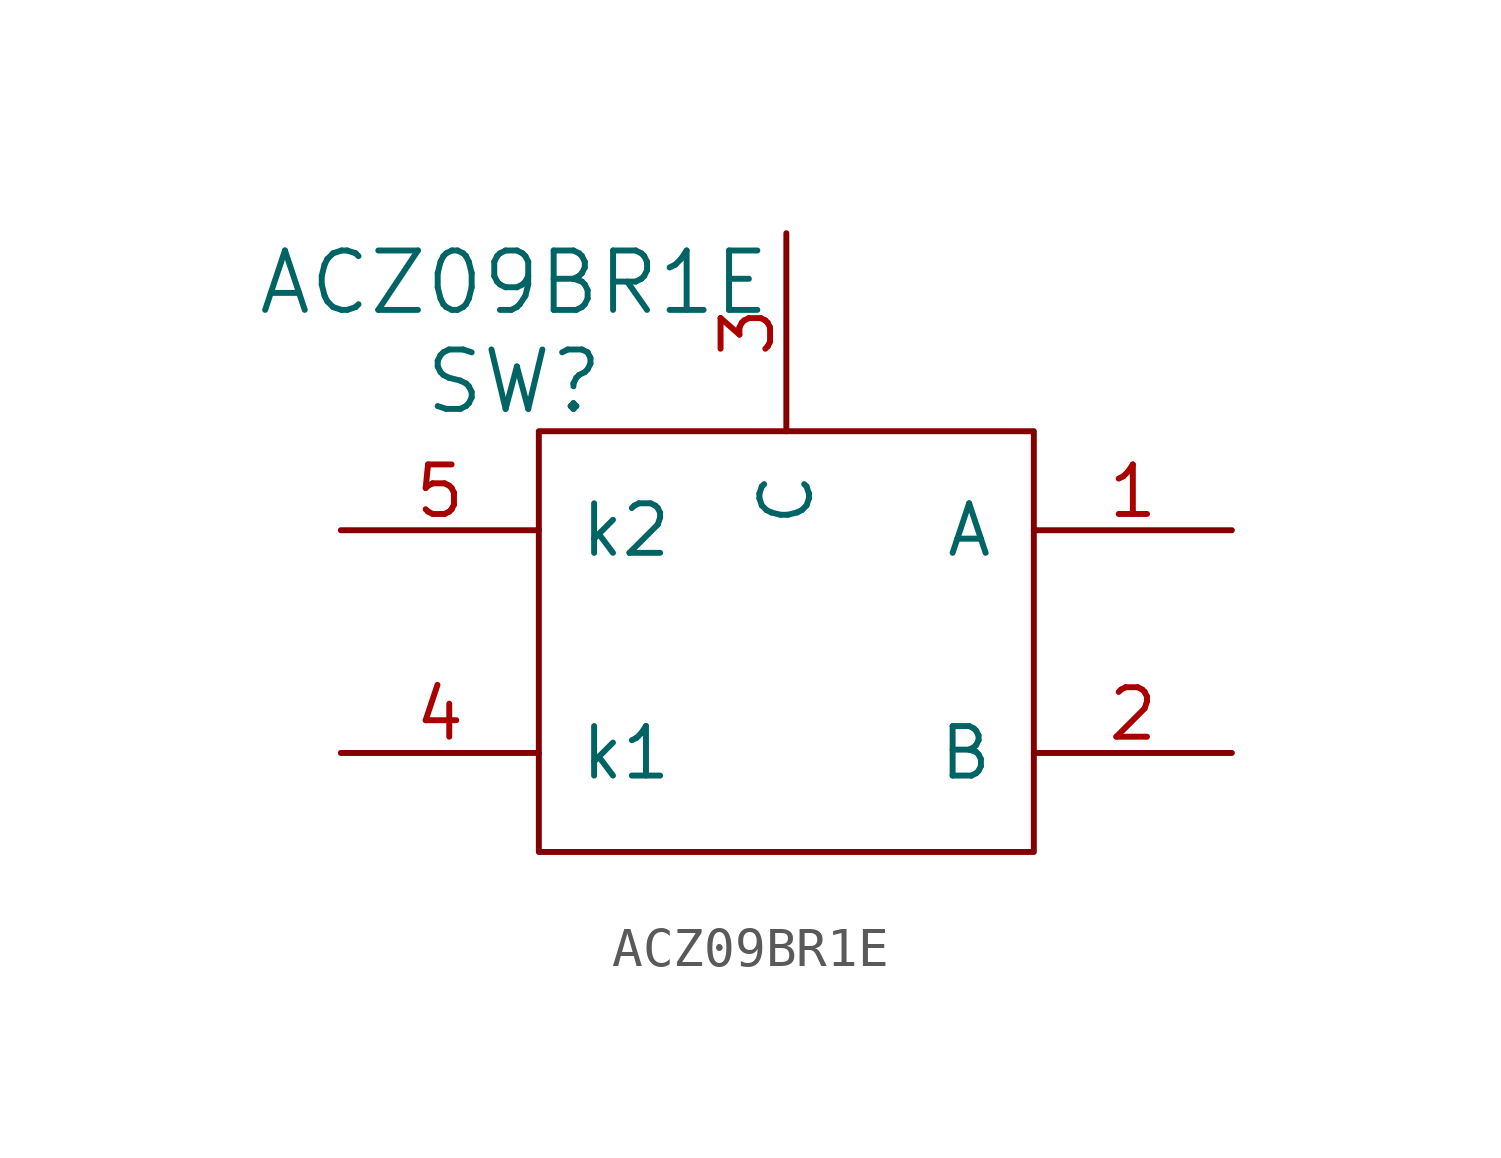
<source format=kicad_sym>
(kicad_symbol_lib
  (version 20211014)
  (generator kicad_symbol_editor)
  (symbol "ACZ09BR1E"
    (pin_names
      (offset 1.016))
    (property "Reference" "SW"
      (at -6.985 0 0)
      (effects (font (size 1.524 1.524))))
    (property "Value" "ACZ09BR1E"
      (at -6.985 2.54 0)
      (effects (font (size 1.524 1.524))))
    (symbol "ACZ09BR1E_0_1"
      (polyline (pts (xy -6.35 -1.27) (xy 6.35 -1.27) (xy 6.35 -12.065) (xy -6.35 -12.065) (xy -6.35 -1.27)) (stroke (width 0) (type default) (color 0 0 0 0)) (fill (type none))))
    (symbol "ACZ09BR1E_1_1"
      (pin input line (at 11.43 -3.81 180) (length 5.08) (name "A" (effects (font (size 1.27 1.27)))) (number "1" (effects (font (size 1.27 1.27)))))
      (pin input line (at 11.43 -9.525 180) (length 5.08) (name "B" (effects (font (size 1.27 1.27)))) (number "2" (effects (font (size 1.27 1.27)))))
      (pin input line (at 0 3.81 270) (length 5.08) (name "C" (effects (font (size 1.27 1.27)))) (number "3" (effects (font (size 1.27 1.27)))))
      (pin input line (at -11.43 -9.525 0) (length 5.08) (name "k1" (effects (font (size 1.27 1.27)))) (number "4" (effects (font (size 1.27 1.27)))))
      (pin input line (at -11.43 -3.81 0) (length 5.08) (name "k2" (effects (font (size 1.27 1.27)))) (number "5" (effects (font (size 1.27 1.27))))))))
</source>
